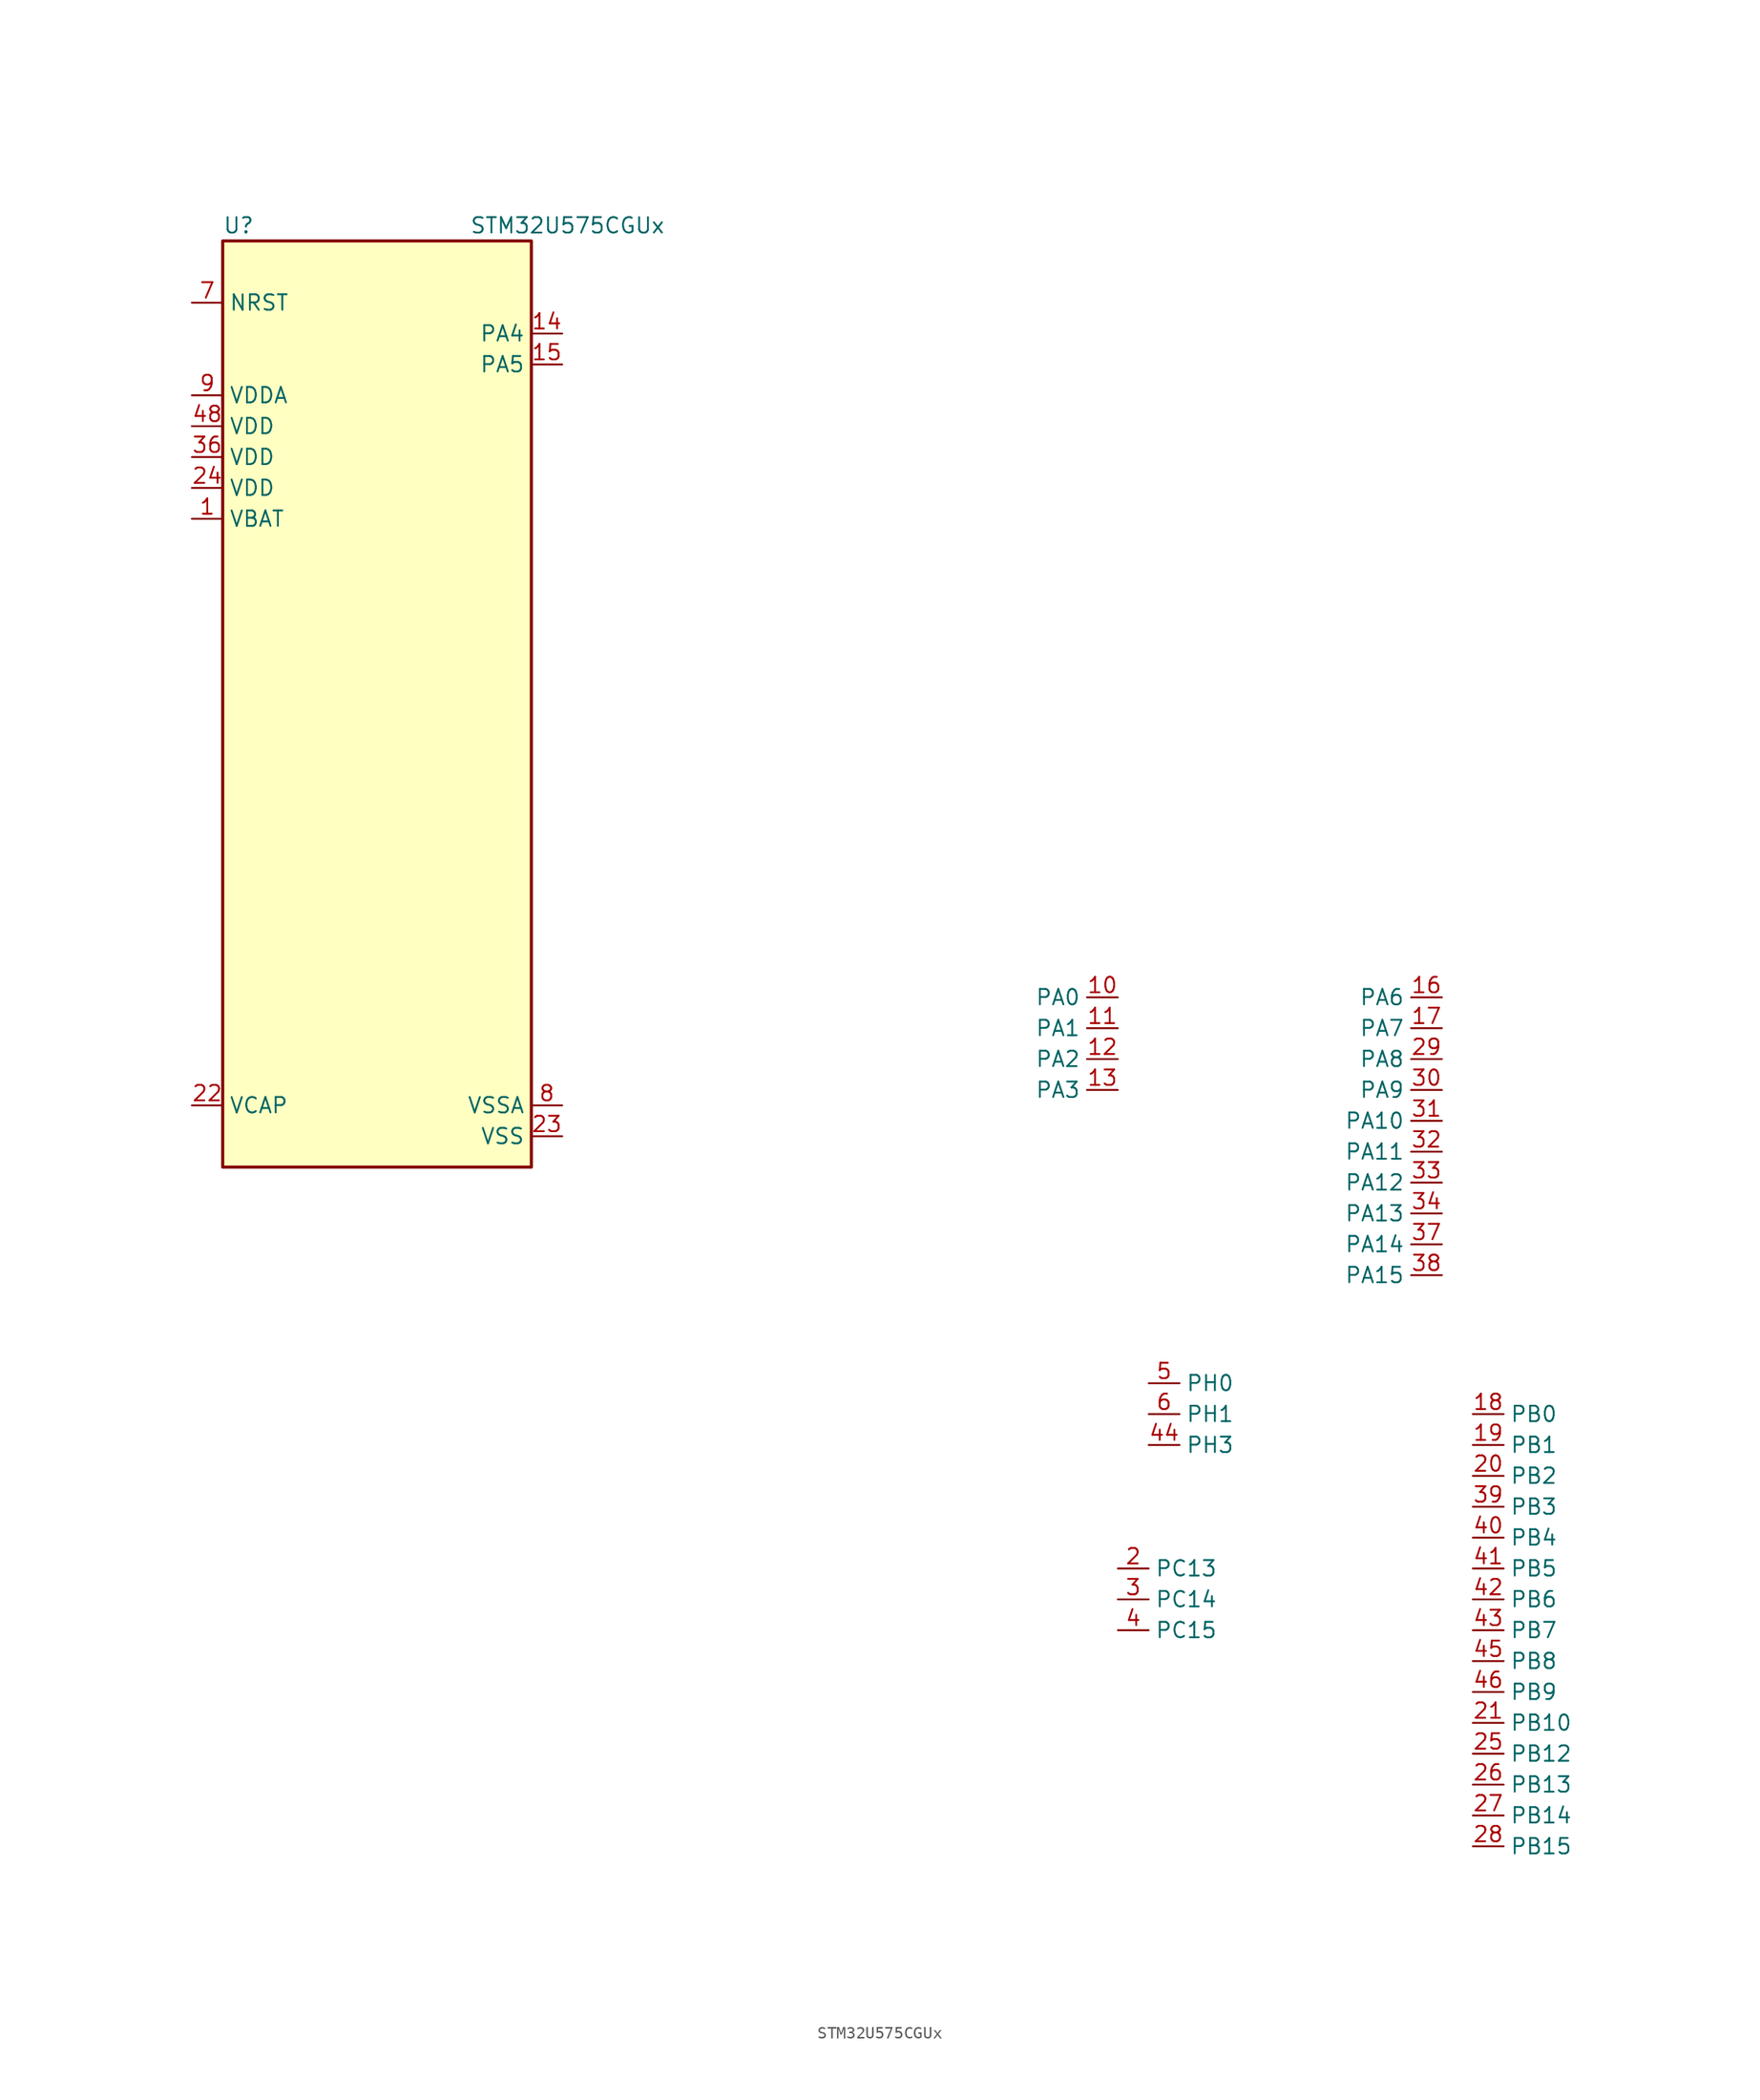
<source format=kicad_sym>
(kicad_symbol_lib
  (version 20241209)
  (generator "kicad_symbol_editor")
  (generator_version "9.0")
  (symbol "STM32U575CGUx"
    (property "Reference" "U"
      (at -12.7 39.37 0)
      (effects (font (size 1.27 1.27)) (justify left)))
    (property "Value" "STM32U575CGUx"
      (at 7.62 39.37 0)
      (effects (font (size 1.27 1.27)) (justify left)))
    (symbol "STM32U575CGUx_0_1"
      (rectangle (start -12.7 38.1) (end 12.7 -38.1) (stroke (width 0.254) (type default)) (fill (type background))))
    (symbol "STM32U575CGUx_1_1"
      (pin input line (at -15.24 33.02 0) (length 2.54) (name "NRST" (effects (font (size 1.27 1.27)))) (number "7" (effects (font (size 1.27 1.27)))))
      (pin power_in line (at -15.24 25.4 0) (length 2.54) (name "VDDA" (effects (font (size 1.27 1.27)))) (number "9" (effects (font (size 1.27 1.27)))))
      (pin power_in line (at -15.24 22.86 0) (length 2.54) (name "VDD" (effects (font (size 1.27 1.27)))) (number "48" (effects (font (size 1.27 1.27)))))
      (pin power_in line (at -15.24 20.32 0) (length 2.54) (name "VDD" (effects (font (size 1.27 1.27)))) (number "36" (effects (font (size 1.27 1.27)))))
      (pin power_in line (at -15.24 17.78 0) (length 2.54) (name "VDD" (effects (font (size 1.27 1.27)))) (number "24" (effects (font (size 1.27 1.27)))))
      (pin power_in line (at -15.24 15.24 0) (length 2.54) (name "VBAT" (effects (font (size 1.27 1.27)))) (number "1" (effects (font (size 1.27 1.27)))))
      (pin power_out line (at -15.24 -33.02 0) (length 2.54) (name "VCAP" (effects (font (size 1.27 1.27)))) (number "22" (effects (font (size 1.27 1.27)))))
      (pin passive line (at 0 -40.64 90) (length 2.54) (hide yes) (name "VSS" (effects (font (size 1.27 1.27)))) (number "35" (effects (font (size 1.27 1.27)))))
      (pin passive line (at 0 -40.64 90) (length 2.54) (hide yes) (name "VSS" (effects (font (size 1.27 1.27)))) (number "47" (effects (font (size 1.27 1.27)))))
      (pin passive line (at 0 -40.64 90) (length 2.54) (hide yes) (name "VSS" (effects (font (size 1.27 1.27)))) (number "49" (effects (font (size 1.27 1.27)))))
      (pin bidirectional line (at 15.24 30.48 180) (length 2.54) (name "PA4" (effects (font (size 1.27 1.27)))) (number "14" (effects (font (size 1.27 1.27)))) (alternate "ADC1_IN9" bidirectional line) (alternate "ADC4_IN9" bidirectional line) (alternate "DAC1_OUT1" bidirectional line) (alternate "LPTIM2_CH1" bidirectional line) (alternate "OCTOSPIM_P1_NCS" bidirectional line) (alternate "PWR_WKUP2" bidirectional line) (alternate "SAI1_FS_B" bidirectional line) (alternate "SPI1_NSS" bidirectional line) (alternate "SPI3_NSS" bidirectional line) (alternate "USART2_CK" bidirectional line))
      (pin bidirectional line (at 15.24 27.94 180) (length 2.54) (name "PA5" (effects (font (size 1.27 1.27)))) (number "15" (effects (font (size 1.27 1.27)))) (alternate "ADC1_IN10" bidirectional line) (alternate "ADC4_IN10" bidirectional line) (alternate "DAC1_OUT2" bidirectional line) (alternate "LPTIM2_ETR" bidirectional line) (alternate "PWR_CSLEEP" bidirectional line) (alternate "PWR_WKUP6" bidirectional line) (alternate "SPI1_SCK" bidirectional line) (alternate "TIM2_CH1" bidirectional line) (alternate "TIM2_ETR" bidirectional line) (alternate "TIM8_CH1N" bidirectional line) (alternate "USART3_RX" bidirectional line))
      (pin power_in line (at 15.24 -33.02 180) (length 2.54) (name "VSSA" (effects (font (size 1.27 1.27)))) (number "8" (effects (font (size 1.27 1.27)))))
      (pin power_in line (at 15.24 -35.56 180) (length 2.54) (name "VSS" (effects (font (size 1.27 1.27)))) (number "23" (effects (font (size 1.27 1.27)))))
      (pin bidirectional line (at 60.96 -24.13 180) (length 2.54) (name "PA0" (effects (font (size 1.27 1.27)))) (number "10" (effects (font (size 1.27 1.27)))) (alternate "ADC1_IN5" bidirectional line) (alternate "AUDIOCLK" bidirectional line) (alternate "OCTOSPIM_P2_NCS" bidirectional line) (alternate "OPAMP1_VINP" bidirectional line) (alternate "PWR_WKUP1" bidirectional line) (alternate "SPI3_RDY" bidirectional line) (alternate "TAMP_IN2" bidirectional line) (alternate "TAMP_OUT1" bidirectional line) (alternate "TIM2_CH1" bidirectional line) (alternate "TIM2_ETR" bidirectional line) (alternate "TIM5_CH1" bidirectional line) (alternate "TIM8_ETR" bidirectional line) (alternate "UART4_TX" bidirectional line) (alternate "USART2_CTS" bidirectional line))
      (pin bidirectional line (at 60.96 -26.67 180) (length 2.54) (name "PA1" (effects (font (size 1.27 1.27)))) (number "11" (effects (font (size 1.27 1.27)))) (alternate "ADC1_IN6" bidirectional line) (alternate "I2C1_SMBA" bidirectional line) (alternate "LPTIM1_CH2" bidirectional line) (alternate "OCTOSPIM_P1_DQS" bidirectional line) (alternate "OPAMP1_VINM" bidirectional line) (alternate "PWR_WKUP3" bidirectional line) (alternate "SPI1_SCK" bidirectional line) (alternate "TAMP_IN5" bidirectional line) (alternate "TAMP_OUT4" bidirectional line) (alternate "TIM15_CH1N" bidirectional line) (alternate "TIM2_CH2" bidirectional line) (alternate "TIM5_CH2" bidirectional line) (alternate "UART4_RX" bidirectional line) (alternate "USART2_DE" bidirectional line) (alternate "USART2_RTS" bidirectional line))
      (pin bidirectional line (at 60.96 -29.21 180) (length 2.54) (name "PA2" (effects (font (size 1.27 1.27)))) (number "12" (effects (font (size 1.27 1.27)))) (alternate "ADC1_IN7" bidirectional line) (alternate "COMP1_INP" bidirectional line) (alternate "LPUART1_TX" bidirectional line) (alternate "OCTOSPIM_P1_NCS" bidirectional line) (alternate "PWR_WKUP4" bidirectional line) (alternate "RCC_LSCO" bidirectional line) (alternate "SPI1_RDY" bidirectional line) (alternate "TIM15_CH1" bidirectional line) (alternate "TIM2_CH3" bidirectional line) (alternate "TIM5_CH3" bidirectional line) (alternate "UCPD1_FRSTX1" bidirectional line) (alternate "USART2_TX" bidirectional line))
      (pin bidirectional line (at 60.96 -31.75 180) (length 2.54) (name "PA3" (effects (font (size 1.27 1.27)))) (number "13" (effects (font (size 1.27 1.27)))) (alternate "ADC1_IN8" bidirectional line) (alternate "LPUART1_RX" bidirectional line) (alternate "OCTOSPIM_P1_CLK" bidirectional line) (alternate "OPAMP1_VOUT" bidirectional line) (alternate "PWR_WKUP5" bidirectional line) (alternate "SAI1_CK1" bidirectional line) (alternate "SAI1_MCLK_A" bidirectional line) (alternate "TIM15_CH2" bidirectional line) (alternate "TIM2_CH4" bidirectional line) (alternate "TIM5_CH4" bidirectional line) (alternate "USART2_RX" bidirectional line))
      (pin bidirectional line (at 60.96 -71.12 0) (length 2.54) (name "PC13" (effects (font (size 1.27 1.27)))) (number "2" (effects (font (size 1.27 1.27)))) (alternate "PWR_WKUP2" bidirectional line) (alternate "RTC_OUT1" bidirectional line) (alternate "RTC_TS" bidirectional line) (alternate "TAMP_IN1" bidirectional line) (alternate "TAMP_OUT2" bidirectional line))
      (pin bidirectional line (at 60.96 -73.66 0) (length 2.54) (name "PC14" (effects (font (size 1.27 1.27)))) (number "3" (effects (font (size 1.27 1.27)))) (alternate "RCC_OSC32_IN" bidirectional line))
      (pin bidirectional line (at 60.96 -76.2 0) (length 2.54) (name "PC15" (effects (font (size 1.27 1.27)))) (number "4" (effects (font (size 1.27 1.27)))) (alternate "ADC1_EXTI15" bidirectional line) (alternate "ADC4_EXTI15" bidirectional line) (alternate "RCC_OSC32_OUT" bidirectional line))
      (pin bidirectional line (at 63.5 -55.88 0) (length 2.54) (name "PH0" (effects (font (size 1.27 1.27)))) (number "5" (effects (font (size 1.27 1.27)))) (alternate "RCC_OSC_IN" bidirectional line))
      (pin bidirectional line (at 63.5 -58.42 0) (length 2.54) (name "PH1" (effects (font (size 1.27 1.27)))) (number "6" (effects (font (size 1.27 1.27)))) (alternate "RCC_OSC_OUT" bidirectional line))
      (pin bidirectional line (at 63.5 -60.96 0) (length 2.54) (name "PH3" (effects (font (size 1.27 1.27)))) (number "44" (effects (font (size 1.27 1.27)))))
      (pin bidirectional line (at 87.63 -24.13 180) (length 2.54) (name "PA6" (effects (font (size 1.27 1.27)))) (number "16" (effects (font (size 1.27 1.27)))) (alternate "ADC1_IN11" bidirectional line) (alternate "ADC4_IN11" bidirectional line) (alternate "LPUART1_CTS" bidirectional line) (alternate "OCTOSPIM_P1_IO3" bidirectional line) (alternate "OPAMP2_VINP" bidirectional line) (alternate "PWR_CDSTOP" bidirectional line) (alternate "PWR_WKUP7" bidirectional line) (alternate "SPI1_MISO" bidirectional line) (alternate "TIM16_CH1" bidirectional line) (alternate "TIM1_BKIN" bidirectional line) (alternate "TIM3_CH1" bidirectional line) (alternate "TIM8_BKIN" bidirectional line) (alternate "USART3_CTS" bidirectional line))
      (pin bidirectional line (at 87.63 -26.67 180) (length 2.54) (name "PA7" (effects (font (size 1.27 1.27)))) (number "17" (effects (font (size 1.27 1.27)))) (alternate "ADC1_IN12" bidirectional line) (alternate "ADC4_IN20" bidirectional line) (alternate "I2C3_SCL" bidirectional line) (alternate "LPTIM2_CH2" bidirectional line) (alternate "OCTOSPIM_P1_IO2" bidirectional line) (alternate "OPAMP2_VINM" bidirectional line) (alternate "PWR_SRDSTOP" bidirectional line) (alternate "PWR_WKUP8" bidirectional line) (alternate "SPI1_MOSI" bidirectional line) (alternate "TIM17_CH1" bidirectional line) (alternate "TIM1_CH1N" bidirectional line) (alternate "TIM3_CH2" bidirectional line) (alternate "TIM8_CH1N" bidirectional line) (alternate "USART3_TX" bidirectional line))
      (pin bidirectional line (at 87.63 -29.21 180) (length 2.54) (name "PA8" (effects (font (size 1.27 1.27)))) (number "29" (effects (font (size 1.27 1.27)))) (alternate "DEBUG_TRACECLK" bidirectional line) (alternate "LPTIM2_CH1" bidirectional line) (alternate "RCC_MCO" bidirectional line) (alternate "SAI1_CK2" bidirectional line) (alternate "SAI1_SCK_A" bidirectional line) (alternate "SPI1_RDY" bidirectional line) (alternate "TIM1_CH1" bidirectional line) (alternate "USART1_CK" bidirectional line) (alternate "USB_OTG_FS_SOF" bidirectional line))
      (pin bidirectional line (at 87.63 -31.75 180) (length 2.54) (name "PA9" (effects (font (size 1.27 1.27)))) (number "30" (effects (font (size 1.27 1.27)))) (alternate "DAC1_EXTI9" bidirectional line) (alternate "SAI1_FS_A" bidirectional line) (alternate "SPI2_SCK" bidirectional line) (alternate "TIM15_BKIN" bidirectional line) (alternate "TIM1_CH2" bidirectional line) (alternate "USART1_TX" bidirectional line) (alternate "USB_OTG_FS_VBUS" bidirectional line))
      (pin bidirectional line (at 87.63 -34.29 180) (length 2.54) (name "PA10" (effects (font (size 1.27 1.27)))) (number "31" (effects (font (size 1.27 1.27)))) (alternate "CRS_SYNC" bidirectional line) (alternate "LPTIM2_IN2" bidirectional line) (alternate "SAI1_D1" bidirectional line) (alternate "SAI1_SD_A" bidirectional line) (alternate "TIM17_BKIN" bidirectional line) (alternate "TIM1_CH3" bidirectional line) (alternate "USART1_RX" bidirectional line) (alternate "USB_OTG_FS_ID" bidirectional line))
      (pin bidirectional line (at 87.63 -36.83 180) (length 2.54) (name "PA11" (effects (font (size 1.27 1.27)))) (number "32" (effects (font (size 1.27 1.27)))) (alternate "ADC1_EXTI11" bidirectional line) (alternate "FDCAN1_RX" bidirectional line) (alternate "SPI1_MISO" bidirectional line) (alternate "TIM1_BKIN2" bidirectional line) (alternate "TIM1_CH4" bidirectional line) (alternate "USART1_CTS" bidirectional line) (alternate "USB_OTG_FS_DM" bidirectional line))
      (pin bidirectional line (at 87.63 -39.37 180) (length 2.54) (name "PA12" (effects (font (size 1.27 1.27)))) (number "33" (effects (font (size 1.27 1.27)))) (alternate "FDCAN1_TX" bidirectional line) (alternate "OCTOSPIM_P2_NCS" bidirectional line) (alternate "SPI1_MOSI" bidirectional line) (alternate "TIM1_ETR" bidirectional line) (alternate "USART1_DE" bidirectional line) (alternate "USART1_RTS" bidirectional line) (alternate "USB_OTG_FS_DP" bidirectional line))
      (pin bidirectional line (at 87.63 -41.91 180) (length 2.54) (name "PA13" (effects (font (size 1.27 1.27)))) (number "34" (effects (font (size 1.27 1.27)))) (alternate "DEBUG_JTMS-SWDIO" bidirectional line) (alternate "IR_OUT" bidirectional line) (alternate "SAI1_SD_B" bidirectional line) (alternate "USB_OTG_FS_NOE" bidirectional line))
      (pin bidirectional line (at 87.63 -44.45 180) (length 2.54) (name "PA14" (effects (font (size 1.27 1.27)))) (number "37" (effects (font (size 1.27 1.27)))) (alternate "DEBUG_JTCK-SWCLK" bidirectional line) (alternate "I2C1_SMBA" bidirectional line) (alternate "I2C4_SMBA" bidirectional line) (alternate "LPTIM1_CH1" bidirectional line) (alternate "SAI1_FS_B" bidirectional line) (alternate "USB_OTG_FS_SOF" bidirectional line))
      (pin bidirectional line (at 87.63 -46.99 180) (length 2.54) (name "PA15" (effects (font (size 1.27 1.27)))) (number "38" (effects (font (size 1.27 1.27)))) (alternate "ADC1_EXTI15" bidirectional line) (alternate "ADC4_EXTI15" bidirectional line) (alternate "DEBUG_JTDI" bidirectional line) (alternate "SPI1_NSS" bidirectional line) (alternate "SPI3_NSS" bidirectional line) (alternate "TIM2_CH1" bidirectional line) (alternate "TIM2_ETR" bidirectional line) (alternate "UART4_DE" bidirectional line) (alternate "UART4_RTS" bidirectional line) (alternate "UCPD1_CC1" bidirectional line) (alternate "USART2_RX" bidirectional line) (alternate "USART3_DE" bidirectional line) (alternate "USART3_RTS" bidirectional line))
      (pin bidirectional line (at 90.17 -58.42 0) (length 2.54) (name "PB0" (effects (font (size 1.27 1.27)))) (number "18" (effects (font (size 1.27 1.27)))) (alternate "ADC1_IN15" bidirectional line) (alternate "ADC4_IN18" bidirectional line) (alternate "AUDIOCLK" bidirectional line) (alternate "COMP1_OUT" bidirectional line) (alternate "LPTIM3_CH1" bidirectional line) (alternate "OCTOSPIM_P1_IO1" bidirectional line) (alternate "OPAMP2_VOUT" bidirectional line) (alternate "SPI1_NSS" bidirectional line) (alternate "TIM1_CH2N" bidirectional line) (alternate "TIM3_CH3" bidirectional line) (alternate "TIM8_CH2N" bidirectional line) (alternate "USART3_CK" bidirectional line))
      (pin bidirectional line (at 90.17 -60.96 0) (length 2.54) (name "PB1" (effects (font (size 1.27 1.27)))) (number "19" (effects (font (size 1.27 1.27)))) (alternate "ADC1_IN16" bidirectional line) (alternate "ADC4_IN19" bidirectional line) (alternate "COMP1_INM" bidirectional line) (alternate "LPTIM2_IN1" bidirectional line) (alternate "LPTIM3_CH2" bidirectional line) (alternate "LPUART1_DE" bidirectional line) (alternate "LPUART1_RTS" bidirectional line) (alternate "MDF1_SDI0" bidirectional line) (alternate "OCTOSPIM_P1_IO0" bidirectional line) (alternate "PWR_WKUP4" bidirectional line) (alternate "TIM1_CH3N" bidirectional line) (alternate "TIM3_CH4" bidirectional line) (alternate "TIM8_CH3N" bidirectional line) (alternate "USART3_DE" bidirectional line) (alternate "USART3_RTS" bidirectional line))
      (pin bidirectional line (at 90.17 -63.5 0) (length 2.54) (name "PB2" (effects (font (size 1.27 1.27)))) (number "20" (effects (font (size 1.27 1.27)))) (alternate "ADC1_IN17" bidirectional line) (alternate "COMP1_INP" bidirectional line) (alternate "I2C3_SMBA" bidirectional line) (alternate "LPTIM1_CH1" bidirectional line) (alternate "MDF1_CKI0" bidirectional line) (alternate "OCTOSPIM_P1_DQS" bidirectional line) (alternate "PWR_WKUP1" bidirectional line) (alternate "RTC_OUT2" bidirectional line) (alternate "SPI1_RDY" bidirectional line) (alternate "TIM8_CH4N" bidirectional line) (alternate "UCPD1_FRSTX1" bidirectional line))
      (pin bidirectional line (at 90.17 -66.04 0) (length 2.54) (name "PB3" (effects (font (size 1.27 1.27)))) (number "39" (effects (font (size 1.27 1.27)))) (alternate "ADF1_CCK0" bidirectional line) (alternate "COMP2_INM" bidirectional line) (alternate "CRS_SYNC" bidirectional line) (alternate "DEBUG_JTDO-SWO" bidirectional line) (alternate "I2C1_SDA" bidirectional line) (alternate "LPTIM1_CH1" bidirectional line) (alternate "SAI1_SCK_B" bidirectional line) (alternate "SPI1_SCK" bidirectional line) (alternate "SPI3_SCK" bidirectional line) (alternate "TIM2_CH2" bidirectional line) (alternate "USART1_DE" bidirectional line) (alternate "USART1_RTS" bidirectional line))
      (pin bidirectional line (at 90.17 -68.58 0) (length 2.54) (name "PB4" (effects (font (size 1.27 1.27)))) (number "40" (effects (font (size 1.27 1.27)))) (alternate "ADF1_SDI0" bidirectional line) (alternate "COMP2_INP" bidirectional line) (alternate "DEBUG_JTRST" bidirectional line) (alternate "I2C3_SDA" bidirectional line) (alternate "LPTIM1_CH2" bidirectional line) (alternate "SAI1_MCLK_B" bidirectional line) (alternate "SPI1_MISO" bidirectional line) (alternate "SPI3_MISO" bidirectional line) (alternate "TIM17_BKIN" bidirectional line) (alternate "TIM3_CH1" bidirectional line) (alternate "TSC_G2_IO1" bidirectional line) (alternate "USART1_CTS" bidirectional line))
      (pin bidirectional line (at 90.17 -71.12 0) (length 2.54) (name "PB5" (effects (font (size 1.27 1.27)))) (number "41" (effects (font (size 1.27 1.27)))) (alternate "COMP2_OUT" bidirectional line) (alternate "I2C1_SMBA" bidirectional line) (alternate "LPTIM1_IN1" bidirectional line) (alternate "OCTOSPIM_P1_NCLK" bidirectional line) (alternate "PWR_WKUP6" bidirectional line) (alternate "SAI1_SD_B" bidirectional line) (alternate "SPI1_MOSI" bidirectional line) (alternate "SPI3_MOSI" bidirectional line) (alternate "TIM16_BKIN" bidirectional line) (alternate "TIM3_CH2" bidirectional line) (alternate "TSC_G2_IO2" bidirectional line) (alternate "UCPD1_DBCC1" bidirectional line) (alternate "USART1_CK" bidirectional line))
      (pin bidirectional line (at 90.17 -73.66 0) (length 2.54) (name "PB6" (effects (font (size 1.27 1.27)))) (number "42" (effects (font (size 1.27 1.27)))) (alternate "COMP2_INP" bidirectional line) (alternate "I2C1_SCL" bidirectional line) (alternate "I2C4_SCL" bidirectional line) (alternate "LPTIM1_ETR" bidirectional line) (alternate "MDF1_SDI5" bidirectional line) (alternate "PWR_WKUP3" bidirectional line) (alternate "SAI1_FS_B" bidirectional line) (alternate "TIM16_CH1N" bidirectional line) (alternate "TIM4_CH1" bidirectional line) (alternate "TIM8_BKIN2" bidirectional line) (alternate "TSC_G2_IO3" bidirectional line) (alternate "USART1_TX" bidirectional line))
      (pin bidirectional line (at 90.17 -76.2 0) (length 2.54) (name "PB7" (effects (font (size 1.27 1.27)))) (number "43" (effects (font (size 1.27 1.27)))) (alternate "COMP2_INM" bidirectional line) (alternate "I2C1_SDA" bidirectional line) (alternate "I2C4_SDA" bidirectional line) (alternate "LPTIM1_IN2" bidirectional line) (alternate "MDF1_CKI5" bidirectional line) (alternate "PWR_PVD_IN" bidirectional line) (alternate "PWR_WKUP4" bidirectional line) (alternate "TIM17_CH1N" bidirectional line) (alternate "TIM4_CH2" bidirectional line) (alternate "TIM8_BKIN" bidirectional line) (alternate "TSC_G2_IO4" bidirectional line) (alternate "UART4_CTS" bidirectional line) (alternate "USART1_RX" bidirectional line))
      (pin bidirectional line (at 90.17 -78.74 0) (length 2.54) (name "PB8" (effects (font (size 1.27 1.27)))) (number "45" (effects (font (size 1.27 1.27)))) (alternate "FDCAN1_RX" bidirectional line) (alternate "I2C1_SCL" bidirectional line) (alternate "MDF1_CCK0" bidirectional line) (alternate "PWR_WKUP5" bidirectional line) (alternate "SAI1_CK1" bidirectional line) (alternate "SAI1_MCLK_A" bidirectional line) (alternate "SPI3_RDY" bidirectional line) (alternate "TIM16_CH1" bidirectional line) (alternate "TIM4_CH3" bidirectional line))
      (pin bidirectional line (at 90.17 -81.28 0) (length 2.54) (name "PB9" (effects (font (size 1.27 1.27)))) (number "46" (effects (font (size 1.27 1.27)))) (alternate "DAC1_EXTI9" bidirectional line) (alternate "FDCAN1_TX" bidirectional line) (alternate "I2C1_SDA" bidirectional line) (alternate "IR_OUT" bidirectional line) (alternate "SAI1_D2" bidirectional line) (alternate "SAI1_FS_A" bidirectional line) (alternate "SPI2_NSS" bidirectional line) (alternate "TIM17_CH1" bidirectional line) (alternate "TIM4_CH4" bidirectional line))
      (pin bidirectional line (at 90.17 -83.82 0) (length 2.54) (name "PB10" (effects (font (size 1.27 1.27)))) (number "21" (effects (font (size 1.27 1.27)))) (alternate "COMP1_OUT" bidirectional line) (alternate "I2C2_SCL" bidirectional line) (alternate "I2C4_SCL" bidirectional line) (alternate "LPTIM3_CH1" bidirectional line) (alternate "LPUART1_RX" bidirectional line) (alternate "OCTOSPIM_P1_CLK" bidirectional line) (alternate "PWR_WKUP8" bidirectional line) (alternate "SAI1_SCK_A" bidirectional line) (alternate "SPI2_SCK" bidirectional line) (alternate "TIM2_CH3" bidirectional line) (alternate "TSC_SYNC" bidirectional line) (alternate "USART3_TX" bidirectional line))
      (pin bidirectional line (at 90.17 -86.36 0) (length 2.54) (name "PB12" (effects (font (size 1.27 1.27)))) (number "25" (effects (font (size 1.27 1.27)))) (alternate "I2C2_SMBA" bidirectional line) (alternate "LPUART1_DE" bidirectional line) (alternate "LPUART1_RTS" bidirectional line) (alternate "MDF1_SDI1" bidirectional line) (alternate "OCTOSPIM_P1_NCLK" bidirectional line) (alternate "SPI2_NSS" bidirectional line) (alternate "TIM15_BKIN" bidirectional line) (alternate "TIM1_BKIN" bidirectional line) (alternate "TSC_G1_IO1" bidirectional line) (alternate "USART3_CK" bidirectional line))
      (pin bidirectional line (at 90.17 -88.9 0) (length 2.54) (name "PB13" (effects (font (size 1.27 1.27)))) (number "26" (effects (font (size 1.27 1.27)))) (alternate "I2C2_SCL" bidirectional line) (alternate "LPTIM3_IN1" bidirectional line) (alternate "LPUART1_CTS" bidirectional line) (alternate "MDF1_CKI1" bidirectional line) (alternate "SPI2_SCK" bidirectional line) (alternate "TIM15_CH1N" bidirectional line) (alternate "TIM1_CH1N" bidirectional line) (alternate "TSC_G1_IO2" bidirectional line) (alternate "USART3_CTS" bidirectional line))
      (pin bidirectional line (at 90.17 -91.44 0) (length 2.54) (name "PB14" (effects (font (size 1.27 1.27)))) (number "27" (effects (font (size 1.27 1.27)))) (alternate "I2C2_SDA" bidirectional line) (alternate "LPTIM3_ETR" bidirectional line) (alternate "MDF1_SDI2" bidirectional line) (alternate "SPI2_MISO" bidirectional line) (alternate "TIM15_CH1" bidirectional line) (alternate "TIM1_CH2N" bidirectional line) (alternate "TIM8_CH2N" bidirectional line) (alternate "TSC_G1_IO3" bidirectional line) (alternate "UCPD1_DBCC2" bidirectional line) (alternate "USART3_DE" bidirectional line) (alternate "USART3_RTS" bidirectional line))
      (pin bidirectional line (at 90.17 -93.98 0) (length 2.54) (name "PB15" (effects (font (size 1.27 1.27)))) (number "28" (effects (font (size 1.27 1.27)))) (alternate "ADC1_EXTI15" bidirectional line) (alternate "ADC4_EXTI15" bidirectional line) (alternate "LPTIM2_IN2" bidirectional line) (alternate "MDF1_CKI2" bidirectional line) (alternate "PWR_WKUP7" bidirectional line) (alternate "RTC_REFIN" bidirectional line) (alternate "SPI2_MOSI" bidirectional line) (alternate "TIM15_CH2" bidirectional line) (alternate "TIM1_CH3N" bidirectional line) (alternate "TIM8_CH3N" bidirectional line) (alternate "UCPD1_CC2" bidirectional line)))))
</source>
